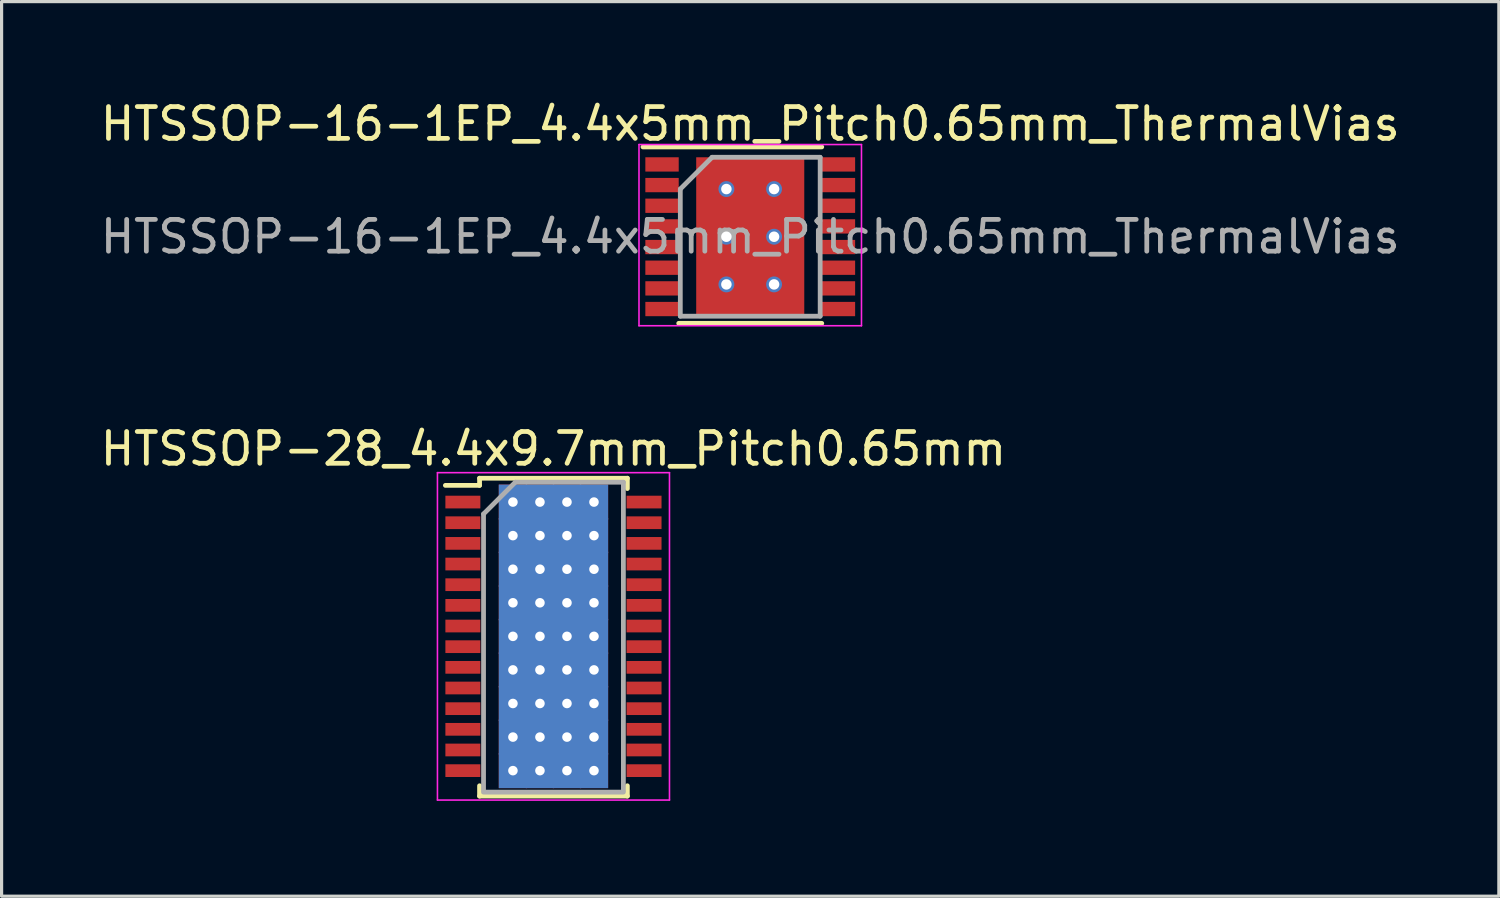
<source format=kicad_pcb>
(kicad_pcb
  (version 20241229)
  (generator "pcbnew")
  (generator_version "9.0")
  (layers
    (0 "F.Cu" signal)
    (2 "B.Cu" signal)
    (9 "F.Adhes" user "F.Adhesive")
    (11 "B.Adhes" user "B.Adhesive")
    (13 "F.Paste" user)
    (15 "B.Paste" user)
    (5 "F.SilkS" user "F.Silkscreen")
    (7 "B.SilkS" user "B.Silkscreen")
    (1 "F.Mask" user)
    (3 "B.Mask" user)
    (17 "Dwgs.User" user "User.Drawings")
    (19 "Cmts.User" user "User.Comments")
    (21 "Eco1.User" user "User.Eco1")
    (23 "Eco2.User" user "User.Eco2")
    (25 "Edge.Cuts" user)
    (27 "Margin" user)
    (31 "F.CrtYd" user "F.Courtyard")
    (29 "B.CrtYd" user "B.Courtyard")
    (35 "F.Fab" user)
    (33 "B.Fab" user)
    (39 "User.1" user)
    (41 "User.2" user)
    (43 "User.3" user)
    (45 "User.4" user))
  (footprint "HTSSOP-28_4.4x9.7mm_Pitch0.65mm"
    (layer "F.Cu")
    (at 14.363 16.971)
    (property "Reference" "HTSSOP-28_4.4x9.7mm_Pitch0.65mm" (at 0 -5.9 0) (layer "F.SilkS") (effects (font (size 1 1) (thickness 0.15))))
    (attr smd)
    (fp_line (start -2.325 -4.975) (end -2.325 -4.75) (stroke (width 0.15) (type solid)) (layer "F.SilkS"))
    (fp_line (start -2.325 -4.975) (end 2.325 -4.975) (stroke (width 0.15) (type solid)) (layer "F.SilkS"))
    (fp_line (start -2.325 -4.75) (end -3.4 -4.75) (stroke (width 0.15) (type solid)) (layer "F.SilkS"))
    (fp_line (start -2.325 5.026) (end -2.325 4.701) (stroke (width 0.15) (type solid)) (layer "F.SilkS"))
    (fp_line (start -2.325 5.026) (end 2.325 5.026) (stroke (width 0.15) (type solid)) (layer "F.SilkS"))
    (fp_line (start 2.325 -4.975) (end 2.325 -4.65) (stroke (width 0.15) (type solid)) (layer "F.SilkS"))
    (fp_line (start 2.325 5.026) (end 2.325 4.701) (stroke (width 0.15) (type solid)) (layer "F.SilkS"))
    (fp_line (start -3.65 -5.15) (end -3.65 5.15) (stroke (width 0.05) (type solid)) (layer "F.CrtYd"))
    (fp_line (start -3.65 -5.15) (end 3.65 -5.15) (stroke (width 0.05) (type solid)) (layer "F.CrtYd"))
    (fp_line (start -3.65 5.15) (end 3.65 5.15) (stroke (width 0.05) (type solid)) (layer "F.CrtYd"))
    (fp_line (start 3.65 -5.15) (end 3.65 5.15) (stroke (width 0.05) (type solid)) (layer "F.CrtYd"))
    (fp_line (start -2.2 -3.85) (end -1.2 -4.85) (stroke (width 0.15) (type solid)) (layer "F.Fab"))
    (fp_line (start -2.2 4.85) (end -2.2 -3.85) (stroke (width 0.15) (type solid)) (layer "F.Fab"))
    (fp_line (start -1.2 -4.85) (end 2.2 -4.85) (stroke (width 0.15) (type solid)) (layer "F.Fab"))
    (fp_line (start 2.2 -4.85) (end 2.2 4.85) (stroke (width 0.15) (type solid)) (layer "F.Fab"))
    (fp_line (start 2.2 4.901) (end -2.2 4.901) (stroke (width 0.15) (type solid)) (layer "F.Fab"))
    (pad "1" smd rect (at -2.85 -4.225) (size 1.1 0.4) (layers "F.Cu" "F.Mask" "F.Paste"))
    (pad "2" smd rect (at -2.85 -3.575) (size 1.1 0.4) (layers "F.Cu" "F.Mask" "F.Paste"))
    (pad "3" smd rect (at -2.85 -2.925) (size 1.1 0.4) (layers "F.Cu" "F.Mask" "F.Paste"))
    (pad "4" smd rect (at -2.85 -2.275) (size 1.1 0.4) (layers "F.Cu" "F.Mask" "F.Paste"))
    (pad "5" smd rect (at -2.85 -1.625) (size 1.1 0.4) (layers "F.Cu" "F.Mask" "F.Paste"))
    (pad "6" smd rect (at -2.85 -0.975) (size 1.1 0.4) (layers "F.Cu" "F.Mask" "F.Paste"))
    (pad "7" smd rect (at -2.85 -0.325) (size 1.1 0.4) (layers "F.Cu" "F.Mask" "F.Paste"))
    (pad "8" smd rect (at -2.85 0.325) (size 1.1 0.4) (layers "F.Cu" "F.Mask" "F.Paste"))
    (pad "9" smd rect (at -2.85 0.975) (size 1.1 0.4) (layers "F.Cu" "F.Mask" "F.Paste"))
    (pad "10" smd rect (at -2.85 1.625) (size 1.1 0.4) (layers "F.Cu" "F.Mask" "F.Paste"))
    (pad "11" smd rect (at -2.85 2.275) (size 1.1 0.4) (layers "F.Cu" "F.Mask" "F.Paste"))
    (pad "12" smd rect (at -2.85 2.925) (size 1.1 0.4) (layers "F.Cu" "F.Mask" "F.Paste"))
    (pad "13" smd rect (at -2.85 3.575) (size 1.1 0.4) (layers "F.Cu" "F.Mask" "F.Paste"))
    (pad "14" smd rect (at -2.85 4.225) (size 1.1 0.4) (layers "F.Cu" "F.Mask" "F.Paste"))
    (pad "15" smd rect (at 2.85 4.225) (size 1.1 0.4) (layers "F.Cu" "F.Mask" "F.Paste"))
    (pad "16" smd rect (at 2.85 3.575) (size 1.1 0.4) (layers "F.Cu" "F.Mask" "F.Paste"))
    (pad "17" smd rect (at 2.85 2.925) (size 1.1 0.4) (layers "F.Cu" "F.Mask" "F.Paste"))
    (pad "18" smd rect (at 2.85 2.275) (size 1.1 0.4) (layers "F.Cu" "F.Mask" "F.Paste"))
    (pad "19" smd rect (at 2.85 1.625) (size 1.1 0.4) (layers "F.Cu" "F.Mask" "F.Paste"))
    (pad "20" smd rect (at 2.85 0.975) (size 1.1 0.4) (layers "F.Cu" "F.Mask" "F.Paste"))
    (pad "21" smd rect (at 2.85 0.325) (size 1.1 0.4) (layers "F.Cu" "F.Mask" "F.Paste"))
    (pad "22" smd rect (at 2.85 -0.325) (size 1.1 0.4) (layers "F.Cu" "F.Mask" "F.Paste"))
    (pad "23" smd rect (at 2.85 -0.975) (size 1.1 0.4) (layers "F.Cu" "F.Mask" "F.Paste"))
    (pad "24" smd rect (at 2.85 -1.625) (size 1.1 0.4) (layers "F.Cu" "F.Mask" "F.Paste"))
    (pad "25" smd rect (at 2.85 -2.275) (size 1.1 0.4) (layers "F.Cu" "F.Mask" "F.Paste"))
    (pad "26" smd rect (at 2.85 -2.925) (size 1.1 0.4) (layers "F.Cu" "F.Mask" "F.Paste"))
    (pad "27" smd rect (at 2.85 -3.575) (size 1.1 0.4) (layers "F.Cu" "F.Mask" "F.Paste"))
    (pad "28" smd rect (at 2.85 -4.225) (size 1.1 0.4) (layers "F.Cu" "F.Mask" "F.Paste"))
    (pad "29" thru_hole rect (at -1.275 -4.225) (size 0.89 1.1) (drill 0.3) (layers "*.Cu" "*.Mask"))
    (pad "29" thru_hole rect (at -1.275 -3.169) (size 0.89 1.1) (drill 0.3) (layers "*.Cu" "*.Mask"))
    (pad "29" thru_hole rect (at -1.275 -2.112) (size 0.89 1.1) (drill 0.3) (layers "*.Cu" "*.Mask"))
    (pad "29" thru_hole rect (at -1.275 -1.056) (size 0.89 1.1) (drill 0.3) (layers "*.Cu" "*.Mask"))
    (pad "29" thru_hole rect (at -1.275 0) (size 0.89 1.1) (drill 0.3) (layers "*.Cu" "*.Mask"))
    (pad "29" thru_hole rect (at -1.275 1.056) (size 0.89 1.1) (drill 0.3) (layers "*.Cu" "*.Mask"))
    (pad "29" thru_hole rect (at -1.275 2.112) (size 0.89 1.1) (drill 0.3) (layers "*.Cu" "*.Mask"))
    (pad "29" thru_hole rect (at -1.275 3.169) (size 0.89 1.1) (drill 0.3) (layers "*.Cu" "*.Mask"))
    (pad "29" thru_hole rect (at -1.275 4.225) (size 0.89 1.1) (drill 0.3) (layers "*.Cu" "*.Mask"))
    (pad "29" thru_hole rect (at -0.425 -4.225) (size 0.89 1.1) (drill 0.3) (layers "*.Cu" "*.Mask"))
    (pad "29" thru_hole rect (at -0.425 -3.169) (size 0.89 1.1) (drill 0.3) (layers "*.Cu" "*.Mask"))
    (pad "29" thru_hole rect (at -0.425 -2.112) (size 0.89 1.1) (drill 0.3) (layers "*.Cu" "*.Mask"))
    (pad "29" thru_hole rect (at -0.425 -1.056) (size 0.89 1.1) (drill 0.3) (layers "*.Cu" "*.Mask"))
    (pad "29" thru_hole rect (at -0.425 0) (size 0.89 1.1) (drill 0.3) (layers "*.Cu" "*.Mask"))
    (pad "29" thru_hole rect (at -0.425 1.056) (size 0.89 1.1) (drill 0.3) (layers "*.Cu" "*.Mask"))
    (pad "29" thru_hole rect (at -0.425 2.112) (size 0.89 1.1) (drill 0.3) (layers "*.Cu" "*.Mask"))
    (pad "29" thru_hole rect (at -0.425 3.169) (size 0.89 1.1) (drill 0.3) (layers "*.Cu" "*.Mask"))
    (pad "29" thru_hole rect (at -0.425 4.225) (size 0.89 1.1) (drill 0.3) (layers "*.Cu" "*.Mask"))
    (pad "29" thru_hole rect (at 0.425 -4.225) (size 0.89 1.1) (drill 0.3) (layers "*.Cu" "*.Mask"))
    (pad "29" thru_hole rect (at 0.425 -3.169) (size 0.89 1.1) (drill 0.3) (layers "*.Cu" "*.Mask"))
    (pad "29" thru_hole rect (at 0.425 -2.112) (size 0.89 1.1) (drill 0.3) (layers "*.Cu" "*.Mask"))
    (pad "29" thru_hole rect (at 0.425 -1.056) (size 0.89 1.1) (drill 0.3) (layers "*.Cu" "*.Mask"))
    (pad "29" thru_hole rect (at 0.425 0) (size 0.89 1.1) (drill 0.3) (layers "*.Cu" "*.Mask"))
    (pad "29" thru_hole rect (at 0.425 1.056) (size 0.89 1.1) (drill 0.3) (layers "*.Cu" "*.Mask"))
    (pad "29" thru_hole rect (at 0.425 2.112) (size 0.89 1.1) (drill 0.3) (layers "*.Cu" "*.Mask"))
    (pad "29" thru_hole rect (at 0.425 3.169) (size 0.89 1.1) (drill 0.3) (layers "*.Cu" "*.Mask"))
    (pad "29" thru_hole rect (at 0.425 4.225) (size 0.89 1.1) (drill 0.3) (layers "*.Cu" "*.Mask"))
    (pad "29" thru_hole rect (at 1.275 -4.225) (size 0.89 1.1) (drill 0.3) (layers "*.Cu" "*.Mask"))
    (pad "29" thru_hole rect (at 1.275 -3.169) (size 0.89 1.1) (drill 0.3) (layers "*.Cu" "*.Mask"))
    (pad "29" thru_hole rect (at 1.275 -2.112) (size 0.89 1.1) (drill 0.3) (layers "*.Cu" "*.Mask"))
    (pad "29" thru_hole rect (at 1.275 -1.056) (size 0.89 1.1) (drill 0.3) (layers "*.Cu" "*.Mask"))
    (pad "29" thru_hole rect (at 1.275 0) (size 0.89 1.1) (drill 0.3) (layers "*.Cu" "*.Mask"))
    (pad "29" thru_hole rect (at 1.275 1.056) (size 0.89 1.1) (drill 0.3) (layers "*.Cu" "*.Mask"))
    (pad "29" thru_hole rect (at 1.275 2.112) (size 0.89 1.1) (drill 0.3) (layers "*.Cu" "*.Mask"))
    (pad "29" thru_hole rect (at 1.275 3.169) (size 0.89 1.1) (drill 0.3) (layers "*.Cu" "*.Mask"))
    (pad "29" thru_hole rect (at 1.275 4.225) (size 0.89 1.1) (drill 0.3) (layers "*.Cu" "*.Mask")))
  (footprint "HTSSOP-16-1EP_4.4x5mm_Pitch0.65mm_ThermalVias"
    (layer "F.Cu")
    (at 20.554 4.398)
    (property "Reference" "HTSSOP-16-1EP_4.4x5mm_Pitch0.65mm_ThermalVias" (at 0 -3.55 0) (layer "F.SilkS") (effects (font (size 1 1) (thickness 0.15))))
    (attr smd)
    (fp_line (start -3.375 -2.825) (end 2.25 -2.825) (stroke (width 0.15) (type solid)) (layer "F.SilkS"))
    (fp_line (start -2.25 2.725) (end 2.25 2.725) (stroke (width 0.15) (type solid)) (layer "F.SilkS"))
    (fp_line (start -3.5 -2.9) (end -3.5 2.8) (stroke (width 0.05) (type solid)) (layer "F.CrtYd"))
    (fp_line (start -3.5 -2.9) (end 3.5 -2.9) (stroke (width 0.05) (type solid)) (layer "F.CrtYd"))
    (fp_line (start -3.5 2.8) (end 3.5 2.8) (stroke (width 0.05) (type solid)) (layer "F.CrtYd"))
    (fp_line (start 3.5 -2.9) (end 3.5 2.8) (stroke (width 0.05) (type solid)) (layer "F.CrtYd"))
    (fp_line (start -2.2 -1.5) (end -1.2 -2.5) (stroke (width 0.15) (type solid)) (layer "F.Fab"))
    (fp_line (start -2.2 2.5) (end -2.2 -1.5) (stroke (width 0.15) (type solid)) (layer "F.Fab"))
    (fp_line (start -1.2 -2.5) (end 2.2 -2.5) (stroke (width 0.15) (type solid)) (layer "F.Fab"))
    (fp_line (start 2.2 -2.5) (end 2.2 2.5) (stroke (width 0.15) (type solid)) (layer "F.Fab"))
    (fp_line (start 2.2 2.5) (end -2.2 2.5) (stroke (width 0.15) (type solid)) (layer "F.Fab"))
    (fp_text user "${REFERENCE}" (at 0 0 0) (layer "F.Fab") (effects (font (size 1 1) (thickness 0.15))))
    (pad "1" smd rect (at -2.775 -2.275) (size 1.05 0.45) (layers "F.Cu" "F.Mask" "F.Paste"))
    (pad "2" smd rect (at -2.775 -1.625) (size 1.05 0.45) (layers "F.Cu" "F.Mask" "F.Paste"))
    (pad "3" smd rect (at -2.775 -0.975) (size 1.05 0.45) (layers "F.Cu" "F.Mask" "F.Paste"))
    (pad "4" smd rect (at -2.775 -0.325) (size 1.05 0.45) (layers "F.Cu" "F.Mask" "F.Paste"))
    (pad "5" smd rect (at -2.775 0.325) (size 1.05 0.45) (layers "F.Cu" "F.Mask" "F.Paste"))
    (pad "6" smd rect (at -2.775 0.975) (size 1.05 0.45) (layers "F.Cu" "F.Mask" "F.Paste"))
    (pad "7" smd rect (at -2.775 1.625) (size 1.05 0.45) (layers "F.Cu" "F.Mask" "F.Paste"))
    (pad "8" smd rect (at -2.775 2.275) (size 1.05 0.45) (layers "F.Cu" "F.Mask" "F.Paste"))
    (pad "9" smd rect (at 2.775 2.275) (size 1.05 0.45) (layers "F.Cu" "F.Mask" "F.Paste"))
    (pad "10" smd rect (at 2.775 1.625) (size 1.05 0.45) (layers "F.Cu" "F.Mask" "F.Paste"))
    (pad "11" smd rect (at 2.775 0.975) (size 1.05 0.45) (layers "F.Cu" "F.Mask" "F.Paste"))
    (pad "12" smd rect (at 2.775 0.325) (size 1.05 0.45) (layers "F.Cu" "F.Mask" "F.Paste"))
    (pad "13" smd rect (at 2.775 -0.325) (size 1.05 0.45) (layers "F.Cu" "F.Mask" "F.Paste"))
    (pad "14" smd rect (at 2.775 -0.975) (size 1.05 0.45) (layers "F.Cu" "F.Mask" "F.Paste"))
    (pad "15" smd rect (at 2.775 -1.625) (size 1.05 0.45) (layers "F.Cu" "F.Mask" "F.Paste"))
    (pad "16" smd rect (at 2.775 -2.275) (size 1.05 0.45) (layers "F.Cu" "F.Mask" "F.Paste"))
    (pad "17" thru_hole circle (at -0.75 -1.5) (size 0.5 0.5) (drill 0.33) (layers "*.Cu" "*.Mask"))
    (pad "17" thru_hole circle (at -0.75 0) (size 0.5 0.5) (drill 0.33) (layers "*.Cu" "*.Mask"))
    (pad "17" thru_hole circle (at -0.75 1.5) (size 0.5 0.5) (drill 0.33) (layers "*.Cu" "*.Mask"))
    (pad "17" smd rect (at 0 0) (size 3.4 5) (layers "F.Cu" "F.Mask" "F.Paste"))
    (pad "17" thru_hole circle (at 0.75 -1.5) (size 0.5 0.5) (drill 0.33) (layers "*.Cu" "*.Mask"))
    (pad "17" thru_hole circle (at 0.75 0) (size 0.5 0.5) (drill 0.33) (layers "*.Cu" "*.Mask"))
    (pad "17" thru_hole circle (at 0.75 1.5) (size 0.5 0.5) (drill 0.33) (layers "*.Cu" "*.Mask")))
  (gr_rect
    (start -3 -3)
    (end 44.107 25.146)
    (stroke (width 0.1) (type default))
    (fill no)
    (layer "Edge.Cuts")))
</source>
